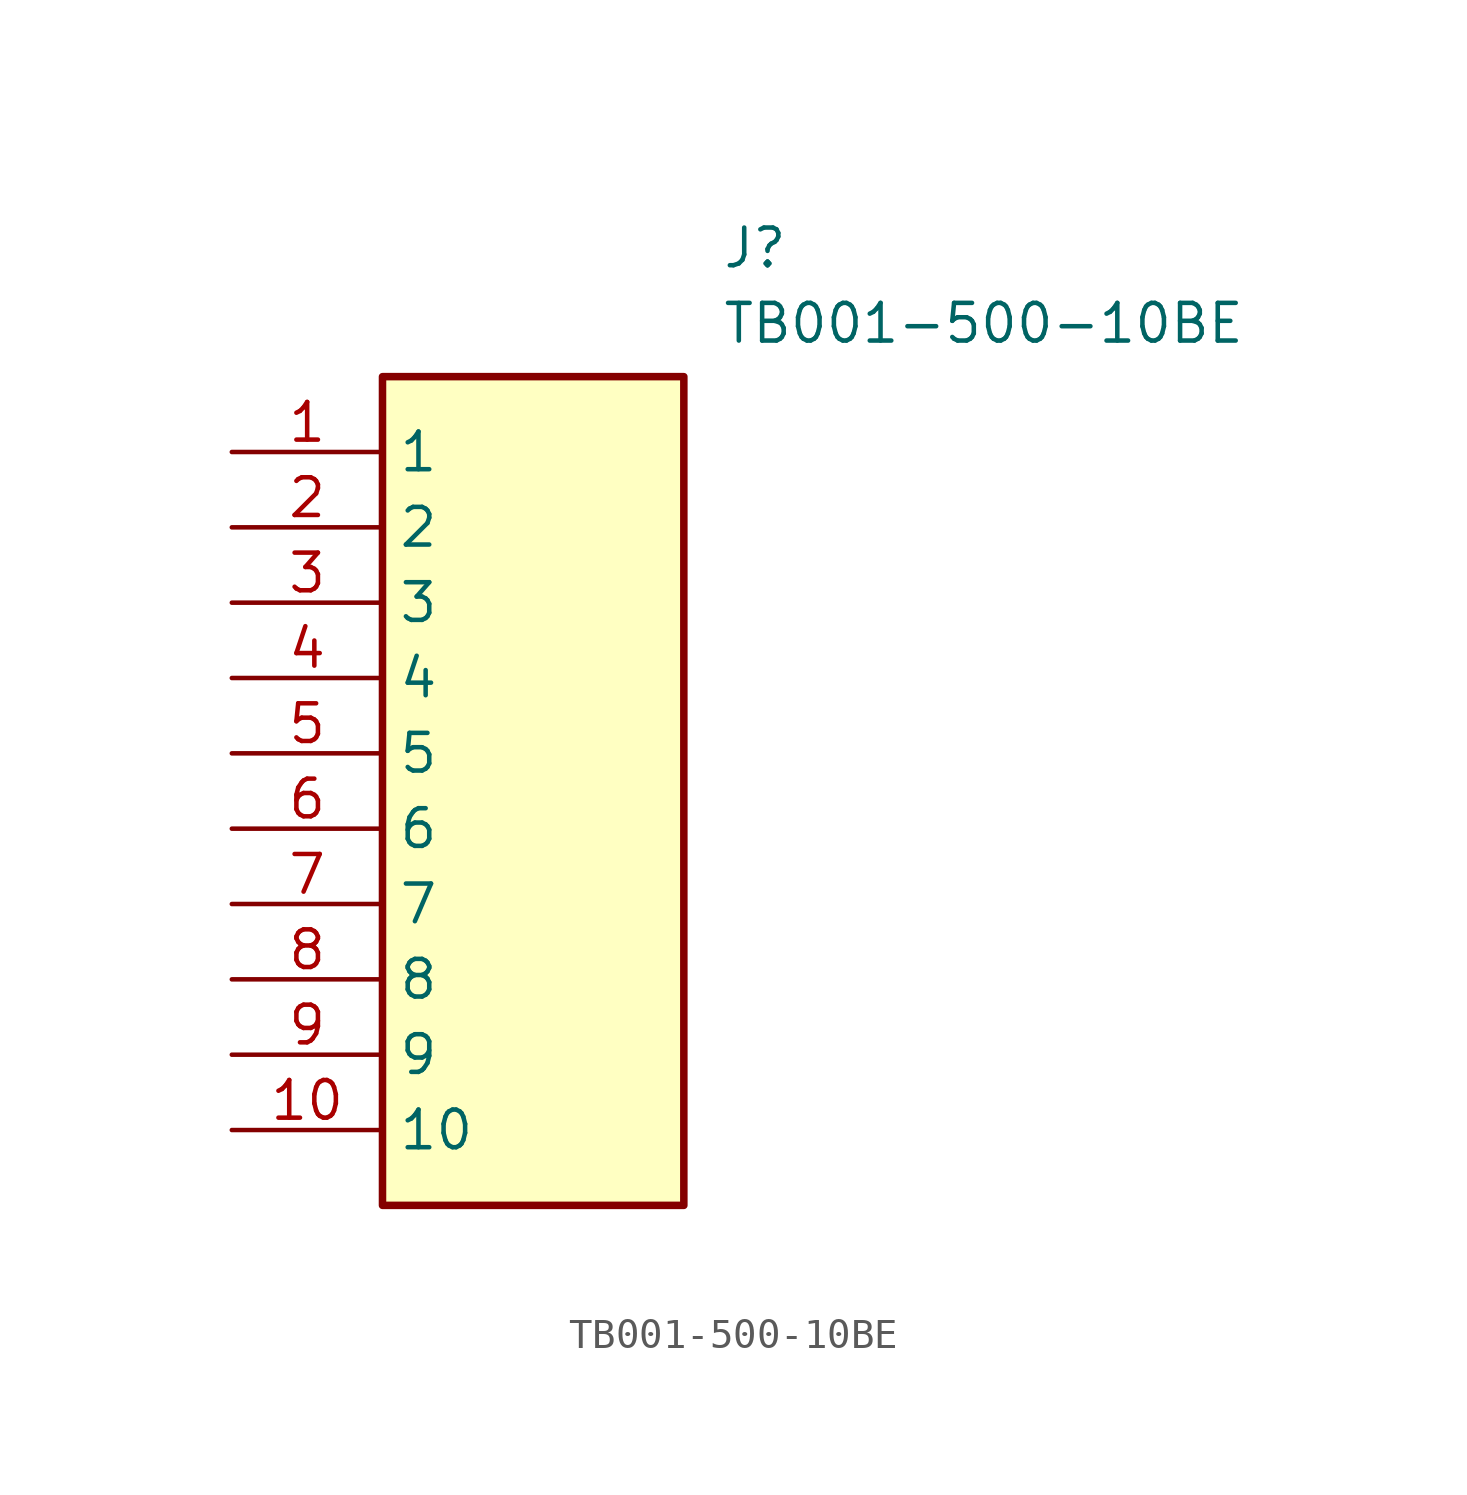
<source format=kicad_sym>
(kicad_symbol_lib
  (version 20211014)
  (generator SamacSys_ECAD_Model)
  (symbol "TB001-500-10BE"
    (property "Reference" "J"
      (at 16.51 7.62 0)
      (effects (font (size 1.27 1.27)) (justify left top)))
    (property "Value" "TB001-500-10BE"
      (at 16.51 5.08 0)
      (effects (font (size 1.27 1.27)) (justify left top)))
    (rectangle
      (start 5.08 2.54)
      (end 15.24 -25.4)
      (stroke (width 0.254) (type default))
      (fill (type background)))
    (pin passive line
      (at 0 0 0)
      (length 5.08)
      (name "1" (effects (font (size 1.27 1.27))))
      (number "1" (effects (font (size 1.27 1.27)))))
    (pin passive line
      (at 0 -2.54 0)
      (length 5.08)
      (name "2" (effects (font (size 1.27 1.27))))
      (number "2" (effects (font (size 1.27 1.27)))))
    (pin passive line
      (at 0 -5.08 0)
      (length 5.08)
      (name "3" (effects (font (size 1.27 1.27))))
      (number "3" (effects (font (size 1.27 1.27)))))
    (pin passive line
      (at 0 -7.62 0)
      (length 5.08)
      (name "4" (effects (font (size 1.27 1.27))))
      (number "4" (effects (font (size 1.27 1.27)))))
    (pin passive line
      (at 0 -10.16 0)
      (length 5.08)
      (name "5" (effects (font (size 1.27 1.27))))
      (number "5" (effects (font (size 1.27 1.27)))))
    (pin passive line
      (at 0 -12.7 0)
      (length 5.08)
      (name "6" (effects (font (size 1.27 1.27))))
      (number "6" (effects (font (size 1.27 1.27)))))
    (pin passive line
      (at 0 -15.24 0)
      (length 5.08)
      (name "7" (effects (font (size 1.27 1.27))))
      (number "7" (effects (font (size 1.27 1.27)))))
    (pin passive line
      (at 0 -17.78 0)
      (length 5.08)
      (name "8" (effects (font (size 1.27 1.27))))
      (number "8" (effects (font (size 1.27 1.27)))))
    (pin passive line
      (at 0 -20.32 0)
      (length 5.08)
      (name "9" (effects (font (size 1.27 1.27))))
      (number "9" (effects (font (size 1.27 1.27)))))
    (pin passive line
      (at 0 -22.86 0)
      (length 5.08)
      (name "10" (effects (font (size 1.27 1.27))))
      (number "10" (effects (font (size 1.27 1.27)))))))
</source>
